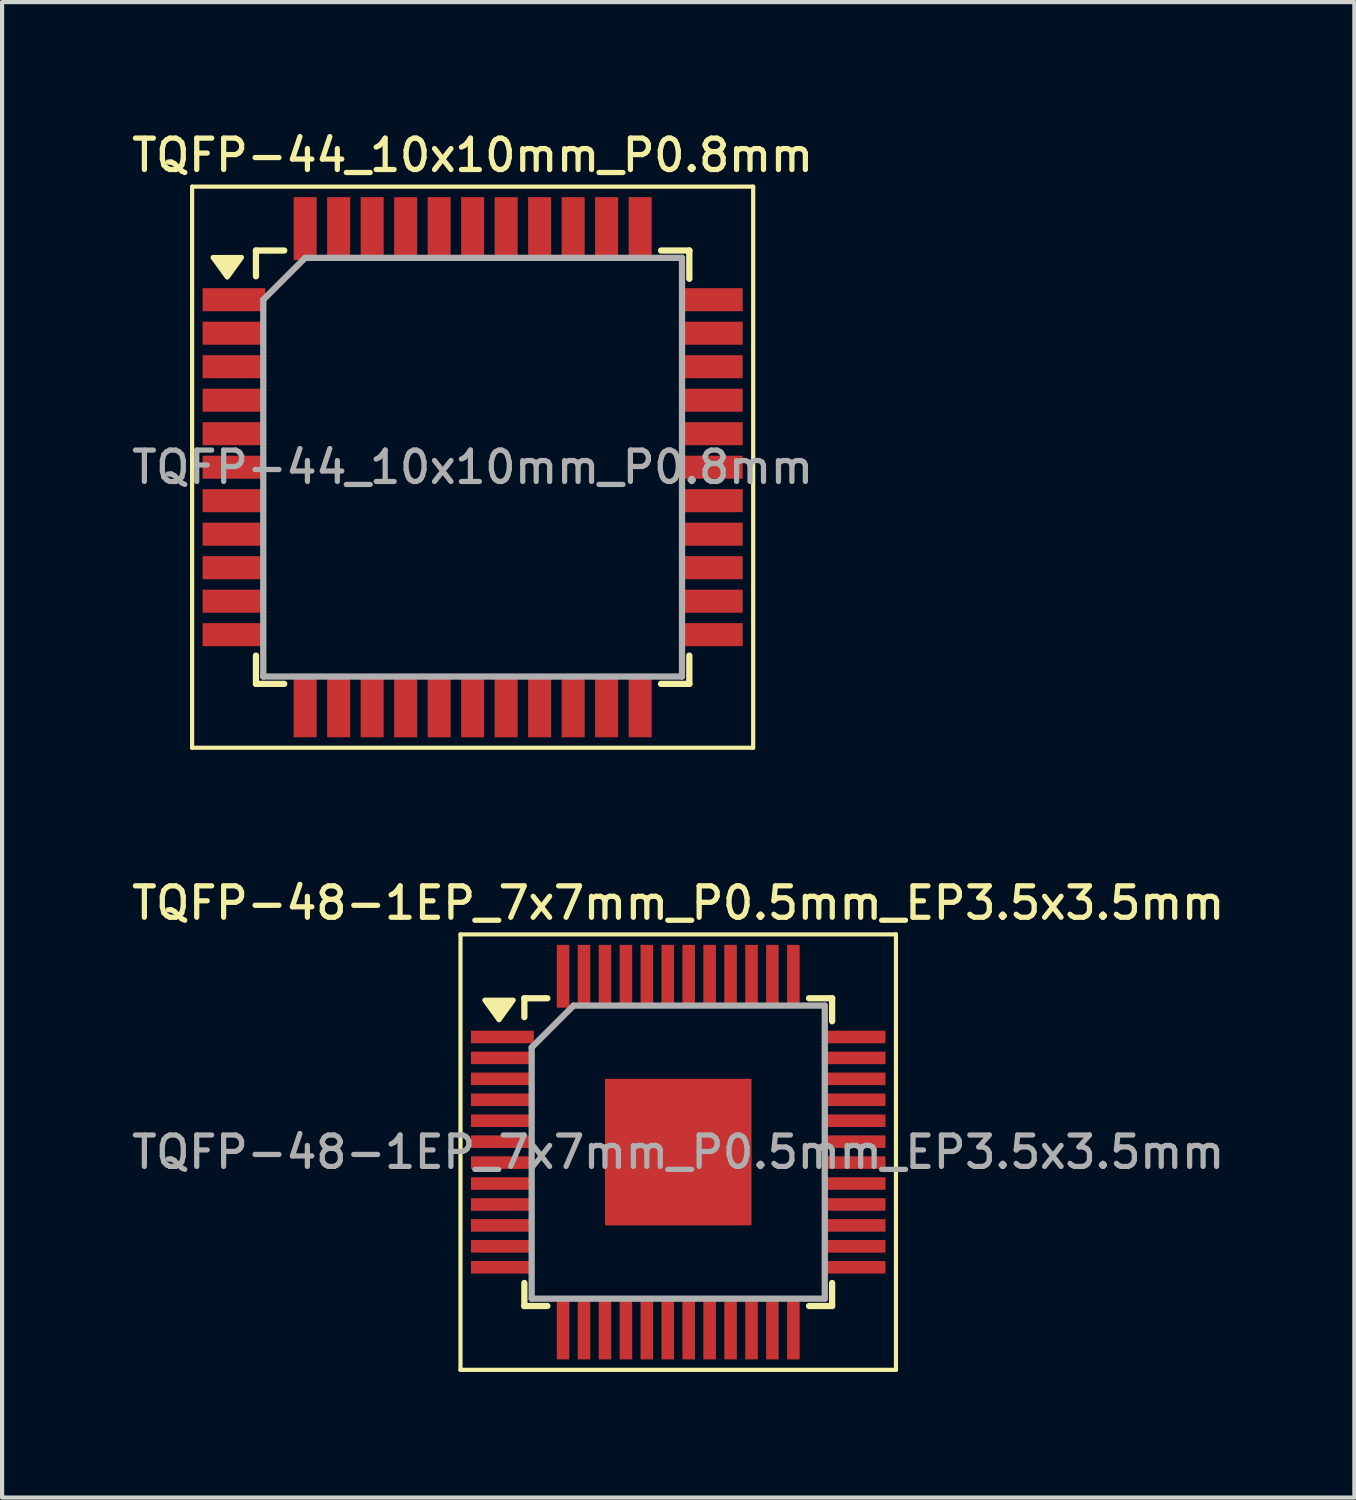
<source format=kicad_pcb>
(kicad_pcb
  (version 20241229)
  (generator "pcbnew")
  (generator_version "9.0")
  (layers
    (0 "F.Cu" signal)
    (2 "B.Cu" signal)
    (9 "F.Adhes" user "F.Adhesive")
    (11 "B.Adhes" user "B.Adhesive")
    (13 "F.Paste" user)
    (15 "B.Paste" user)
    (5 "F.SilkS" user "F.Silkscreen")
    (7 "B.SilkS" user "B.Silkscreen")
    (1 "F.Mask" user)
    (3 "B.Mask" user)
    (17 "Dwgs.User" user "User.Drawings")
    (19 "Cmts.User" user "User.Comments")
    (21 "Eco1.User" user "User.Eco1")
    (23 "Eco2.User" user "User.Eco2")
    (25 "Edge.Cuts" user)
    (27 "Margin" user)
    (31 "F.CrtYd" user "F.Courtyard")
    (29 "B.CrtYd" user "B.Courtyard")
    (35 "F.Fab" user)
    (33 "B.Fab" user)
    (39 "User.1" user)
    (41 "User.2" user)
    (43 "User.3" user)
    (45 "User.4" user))
  (footprint "TQFP-48-1EP_7x7mm_P0.5mm_EP3.5x3.5mm"
    (layer "F.Cu")
    (at 13.148 24.466)
    (property "Reference" "TQFP-48-1EP_7x7mm_P0.5mm_EP3.5x3.5mm" (at 0 -5.95 0) (layer "F.SilkS") (effects (font (size 0.75 0.75) (thickness 0.125))))
    (attr smd)
    (fp_line (start -5.2 -5.2) (end -5.2 5.2) (stroke (width 0.1) (type solid)) (layer "F.SilkS"))
    (fp_line (start -5.2 -5.2) (end 5.2 -5.2) (stroke (width 0.1) (type solid)) (layer "F.SilkS"))
    (fp_line (start -5.2 5.2) (end 5.2 5.2) (stroke (width 0.1) (type solid)) (layer "F.SilkS"))
    (fp_line (start -3.675 -3.675) (end -3.675 -3.225) (stroke (width 0.15) (type solid)) (layer "F.SilkS"))
    (fp_line (start -3.675 -3.675) (end -3.125 -3.675) (stroke (width 0.15) (type solid)) (layer "F.SilkS"))
    (fp_line (start -3.675 3.675) (end -3.675 3.125) (stroke (width 0.15) (type solid)) (layer "F.SilkS"))
    (fp_line (start -3.675 3.675) (end -3.125 3.675) (stroke (width 0.15) (type solid)) (layer "F.SilkS"))
    (fp_line (start 3.675 -3.675) (end 3.125 -3.675) (stroke (width 0.15) (type solid)) (layer "F.SilkS"))
    (fp_line (start 3.675 -3.675) (end 3.675 -3.125) (stroke (width 0.15) (type solid)) (layer "F.SilkS"))
    (fp_line (start 3.675 3.675) (end 3.125 3.675) (stroke (width 0.15) (type solid)) (layer "F.SilkS"))
    (fp_line (start 3.675 3.675) (end 3.675 3.125) (stroke (width 0.15) (type solid)) (layer "F.SilkS"))
    (fp_line (start 5.2 -5.2) (end 5.2 5.2) (stroke (width 0.1) (type solid)) (layer "F.SilkS"))
    (fp_poly (pts (xy -4.28 -3.16) (xy -4.62 -3.63) (xy -3.94 -3.63) (xy -4.28 -3.16)) (stroke (width 0.12) (type solid)) (fill yes) (layer "F.SilkS"))
    (fp_line (start -3.5 -2.5) (end -2.5 -3.5) (stroke (width 0.15) (type solid)) (layer "F.Fab"))
    (fp_line (start -3.5 3.5) (end -3.5 -2.5) (stroke (width 0.15) (type solid)) (layer "F.Fab"))
    (fp_line (start -2.5 -3.5) (end 3.5 -3.5) (stroke (width 0.15) (type solid)) (layer "F.Fab"))
    (fp_line (start 3.5 -3.5) (end 3.5 3.5) (stroke (width 0.15) (type solid)) (layer "F.Fab"))
    (fp_line (start 3.5 3.5) (end -3.5 3.5) (stroke (width 0.15) (type solid)) (layer "F.Fab"))
    (fp_text user "${REFERENCE}" (at 0 0 0) (layer "F.Fab") (effects (font (size 0.75 0.75) (thickness 0.125))))
    (pad "" smd rect (at -0.875 -0.875) (size 1.35 1.35) (layers "F.Paste"))
    (pad "" smd rect (at -0.875 0.875) (size 1.35 1.35) (layers "F.Paste"))
    (pad "" smd rect (at 0.875 -0.875) (size 1.35 1.35) (layers "F.Paste"))
    (pad "" smd rect (at 0.875 0.875) (size 1.35 1.35) (layers "F.Paste"))
    (pad "1" smd rect (at -4.2 -2.75) (size 1.5 0.3) (layers "F.Cu" "F.Mask" "F.Paste"))
    (pad "2" smd rect (at -4.2 -2.25) (size 1.5 0.3) (layers "F.Cu" "F.Mask" "F.Paste"))
    (pad "3" smd rect (at -4.2 -1.75) (size 1.5 0.3) (layers "F.Cu" "F.Mask" "F.Paste"))
    (pad "4" smd rect (at -4.2 -1.25) (size 1.5 0.3) (layers "F.Cu" "F.Mask" "F.Paste"))
    (pad "5" smd rect (at -4.2 -0.75) (size 1.5 0.3) (layers "F.Cu" "F.Mask" "F.Paste"))
    (pad "6" smd rect (at -4.2 -0.25) (size 1.5 0.3) (layers "F.Cu" "F.Mask" "F.Paste"))
    (pad "7" smd rect (at -4.2 0.25) (size 1.5 0.3) (layers "F.Cu" "F.Mask" "F.Paste"))
    (pad "8" smd rect (at -4.2 0.75) (size 1.5 0.3) (layers "F.Cu" "F.Mask" "F.Paste"))
    (pad "9" smd rect (at -4.2 1.25) (size 1.5 0.3) (layers "F.Cu" "F.Mask" "F.Paste"))
    (pad "10" smd rect (at -4.2 1.75) (size 1.5 0.3) (layers "F.Cu" "F.Mask" "F.Paste"))
    (pad "11" smd rect (at -4.2 2.25) (size 1.5 0.3) (layers "F.Cu" "F.Mask" "F.Paste"))
    (pad "12" smd rect (at -4.2 2.75) (size 1.5 0.3) (layers "F.Cu" "F.Mask" "F.Paste"))
    (pad "13" smd rect (at -2.75 4.2 90) (size 1.5 0.3) (layers "F.Cu" "F.Mask" "F.Paste"))
    (pad "14" smd rect (at -2.25 4.2 90) (size 1.5 0.3) (layers "F.Cu" "F.Mask" "F.Paste"))
    (pad "15" smd rect (at -1.75 4.2 90) (size 1.5 0.3) (layers "F.Cu" "F.Mask" "F.Paste"))
    (pad "16" smd rect (at -1.25 4.2 90) (size 1.5 0.3) (layers "F.Cu" "F.Mask" "F.Paste"))
    (pad "17" smd rect (at -0.75 4.2 90) (size 1.5 0.3) (layers "F.Cu" "F.Mask" "F.Paste"))
    (pad "18" smd rect (at -0.25 4.2 90) (size 1.5 0.3) (layers "F.Cu" "F.Mask" "F.Paste"))
    (pad "19" smd rect (at 0.25 4.2 90) (size 1.5 0.3) (layers "F.Cu" "F.Mask" "F.Paste"))
    (pad "20" smd rect (at 0.75 4.2 90) (size 1.5 0.3) (layers "F.Cu" "F.Mask" "F.Paste"))
    (pad "21" smd rect (at 1.25 4.2 90) (size 1.5 0.3) (layers "F.Cu" "F.Mask" "F.Paste"))
    (pad "22" smd rect (at 1.75 4.2 90) (size 1.5 0.3) (layers "F.Cu" "F.Mask" "F.Paste"))
    (pad "23" smd rect (at 2.25 4.2 90) (size 1.5 0.3) (layers "F.Cu" "F.Mask" "F.Paste"))
    (pad "24" smd rect (at 2.75 4.2 90) (size 1.5 0.3) (layers "F.Cu" "F.Mask" "F.Paste"))
    (pad "25" smd rect (at 4.2 2.75) (size 1.5 0.3) (layers "F.Cu" "F.Mask" "F.Paste"))
    (pad "26" smd rect (at 4.2 2.25) (size 1.5 0.3) (layers "F.Cu" "F.Mask" "F.Paste"))
    (pad "27" smd rect (at 4.2 1.75) (size 1.5 0.3) (layers "F.Cu" "F.Mask" "F.Paste"))
    (pad "28" smd rect (at 4.2 1.25) (size 1.5 0.3) (layers "F.Cu" "F.Mask" "F.Paste"))
    (pad "29" smd rect (at 4.2 0.75) (size 1.5 0.3) (layers "F.Cu" "F.Mask" "F.Paste"))
    (pad "30" smd rect (at 4.2 0.25) (size 1.5 0.3) (layers "F.Cu" "F.Mask" "F.Paste"))
    (pad "31" smd rect (at 4.2 -0.25) (size 1.5 0.3) (layers "F.Cu" "F.Mask" "F.Paste"))
    (pad "32" smd rect (at 4.2 -0.75) (size 1.5 0.3) (layers "F.Cu" "F.Mask" "F.Paste"))
    (pad "33" smd rect (at 4.2 -1.25) (size 1.5 0.3) (layers "F.Cu" "F.Mask" "F.Paste"))
    (pad "34" smd rect (at 4.2 -1.75) (size 1.5 0.3) (layers "F.Cu" "F.Mask" "F.Paste"))
    (pad "35" smd rect (at 4.2 -2.25) (size 1.5 0.3) (layers "F.Cu" "F.Mask" "F.Paste"))
    (pad "36" smd rect (at 4.2 -2.75) (size 1.5 0.3) (layers "F.Cu" "F.Mask" "F.Paste"))
    (pad "37" smd rect (at 2.75 -4.2 90) (size 1.5 0.3) (layers "F.Cu" "F.Mask" "F.Paste"))
    (pad "38" smd rect (at 2.25 -4.2 90) (size 1.5 0.3) (layers "F.Cu" "F.Mask" "F.Paste"))
    (pad "39" smd rect (at 1.75 -4.2 90) (size 1.5 0.3) (layers "F.Cu" "F.Mask" "F.Paste"))
    (pad "40" smd rect (at 1.25 -4.2 90) (size 1.5 0.3) (layers "F.Cu" "F.Mask" "F.Paste"))
    (pad "41" smd rect (at 0.75 -4.2 90) (size 1.5 0.3) (layers "F.Cu" "F.Mask" "F.Paste"))
    (pad "42" smd rect (at 0.25 -4.2 90) (size 1.5 0.3) (layers "F.Cu" "F.Mask" "F.Paste"))
    (pad "43" smd rect (at -0.25 -4.2 90) (size 1.5 0.3) (layers "F.Cu" "F.Mask" "F.Paste"))
    (pad "44" smd rect (at -0.75 -4.2 90) (size 1.5 0.3) (layers "F.Cu" "F.Mask" "F.Paste"))
    (pad "45" smd rect (at -1.25 -4.2 90) (size 1.5 0.3) (layers "F.Cu" "F.Mask" "F.Paste"))
    (pad "46" smd rect (at -1.75 -4.2 90) (size 1.5 0.3) (layers "F.Cu" "F.Mask" "F.Paste"))
    (pad "47" smd rect (at -2.25 -4.2 90) (size 1.5 0.3) (layers "F.Cu" "F.Mask" "F.Paste"))
    (pad "48" smd rect (at -2.75 -4.2 90) (size 1.5 0.3) (layers "F.Cu" "F.Mask" "F.Paste"))
    (pad "49" smd rect (at 0 0) (size 3.5 3.5) (layers "F.Cu" "F.Mask")))
  (footprint "TQFP-44_10x10mm_P0.8mm"
    (layer "F.Cu")
    (at 8.238 8.108)
    (property "Reference" "TQFP-44_10x10mm_P0.8mm" (at 0 -7.45 0) (layer "F.SilkS") (effects (font (size 0.75 0.75) (thickness 0.125))))
    (attr smd)
    (fp_line (start -6.7 -6.7) (end -6.7 6.7) (stroke (width 0.1) (type solid)) (layer "F.SilkS"))
    (fp_line (start -6.7 -6.7) (end 6.7 -6.7) (stroke (width 0.1) (type solid)) (layer "F.SilkS"))
    (fp_line (start -6.7 6.7) (end 6.7 6.7) (stroke (width 0.1) (type solid)) (layer "F.SilkS"))
    (fp_line (start -5.175 -5.175) (end -5.175 -4.56) (stroke (width 0.15) (type solid)) (layer "F.SilkS"))
    (fp_line (start -5.175 -5.175) (end -4.5 -5.175) (stroke (width 0.15) (type solid)) (layer "F.SilkS"))
    (fp_line (start -5.175 5.175) (end -5.175 4.5) (stroke (width 0.15) (type solid)) (layer "F.SilkS"))
    (fp_line (start -5.175 5.175) (end -4.5 5.175) (stroke (width 0.15) (type solid)) (layer "F.SilkS"))
    (fp_line (start 5.175 -5.175) (end 4.5 -5.175) (stroke (width 0.15) (type solid)) (layer "F.SilkS"))
    (fp_line (start 5.175 -5.175) (end 5.175 -4.5) (stroke (width 0.15) (type solid)) (layer "F.SilkS"))
    (fp_line (start 5.175 5.175) (end 4.5 5.175) (stroke (width 0.15) (type solid)) (layer "F.SilkS"))
    (fp_line (start 5.175 5.175) (end 5.175 4.5) (stroke (width 0.15) (type solid)) (layer "F.SilkS"))
    (fp_line (start 6.7 -6.7) (end 6.7 6.7) (stroke (width 0.1) (type solid)) (layer "F.SilkS"))
    (fp_poly (pts (xy -5.86 -4.54) (xy -6.2 -5.01) (xy -5.52 -5.01) (xy -5.86 -4.54)) (stroke (width 0.12) (type solid)) (fill yes) (layer "F.SilkS"))
    (fp_line (start -5 -4) (end -4 -5) (stroke (width 0.15) (type solid)) (layer "F.Fab"))
    (fp_line (start -5 5) (end -5 -4) (stroke (width 0.15) (type solid)) (layer "F.Fab"))
    (fp_line (start -4 -5) (end 5 -5) (stroke (width 0.15) (type solid)) (layer "F.Fab"))
    (fp_line (start 5 -5) (end 5 5) (stroke (width 0.15) (type solid)) (layer "F.Fab"))
    (fp_line (start 5 5) (end -5 5) (stroke (width 0.15) (type solid)) (layer "F.Fab"))
    (fp_text user "${REFERENCE}" (at 0 0 0) (layer "F.Fab") (effects (font (size 0.75 0.75) (thickness 0.125))))
    (pad "1" smd rect (at -5.7 -4) (size 1.5 0.55) (layers "F.Cu" "F.Mask" "F.Paste"))
    (pad "2" smd rect (at -5.7 -3.2) (size 1.5 0.55) (layers "F.Cu" "F.Mask" "F.Paste"))
    (pad "3" smd rect (at -5.7 -2.4) (size 1.5 0.55) (layers "F.Cu" "F.Mask" "F.Paste"))
    (pad "4" smd rect (at -5.7 -1.6) (size 1.5 0.55) (layers "F.Cu" "F.Mask" "F.Paste"))
    (pad "5" smd rect (at -5.7 -0.8) (size 1.5 0.55) (layers "F.Cu" "F.Mask" "F.Paste"))
    (pad "6" smd rect (at -5.7 0) (size 1.5 0.55) (layers "F.Cu" "F.Mask" "F.Paste"))
    (pad "7" smd rect (at -5.7 0.8) (size 1.5 0.55) (layers "F.Cu" "F.Mask" "F.Paste"))
    (pad "8" smd rect (at -5.7 1.6) (size 1.5 0.55) (layers "F.Cu" "F.Mask" "F.Paste"))
    (pad "9" smd rect (at -5.7 2.4) (size 1.5 0.55) (layers "F.Cu" "F.Mask" "F.Paste"))
    (pad "10" smd rect (at -5.7 3.2) (size 1.5 0.55) (layers "F.Cu" "F.Mask" "F.Paste"))
    (pad "11" smd rect (at -5.7 4) (size 1.5 0.55) (layers "F.Cu" "F.Mask" "F.Paste"))
    (pad "12" smd rect (at -4 5.7 90) (size 1.5 0.55) (layers "F.Cu" "F.Mask" "F.Paste"))
    (pad "13" smd rect (at -3.2 5.7 90) (size 1.5 0.55) (layers "F.Cu" "F.Mask" "F.Paste"))
    (pad "14" smd rect (at -2.4 5.7 90) (size 1.5 0.55) (layers "F.Cu" "F.Mask" "F.Paste"))
    (pad "15" smd rect (at -1.6 5.7 90) (size 1.5 0.55) (layers "F.Cu" "F.Mask" "F.Paste"))
    (pad "16" smd rect (at -0.8 5.7 90) (size 1.5 0.55) (layers "F.Cu" "F.Mask" "F.Paste"))
    (pad "17" smd rect (at 0 5.7 90) (size 1.5 0.55) (layers "F.Cu" "F.Mask" "F.Paste"))
    (pad "18" smd rect (at 0.8 5.7 90) (size 1.5 0.55) (layers "F.Cu" "F.Mask" "F.Paste"))
    (pad "19" smd rect (at 1.6 5.7 90) (size 1.5 0.55) (layers "F.Cu" "F.Mask" "F.Paste"))
    (pad "20" smd rect (at 2.4 5.7 90) (size 1.5 0.55) (layers "F.Cu" "F.Mask" "F.Paste"))
    (pad "21" smd rect (at 3.2 5.7 90) (size 1.5 0.55) (layers "F.Cu" "F.Mask" "F.Paste"))
    (pad "22" smd rect (at 4 5.7 90) (size 1.5 0.55) (layers "F.Cu" "F.Mask" "F.Paste"))
    (pad "23" smd rect (at 5.7 4) (size 1.5 0.55) (layers "F.Cu" "F.Mask" "F.Paste"))
    (pad "24" smd rect (at 5.7 3.2) (size 1.5 0.55) (layers "F.Cu" "F.Mask" "F.Paste"))
    (pad "25" smd rect (at 5.7 2.4) (size 1.5 0.55) (layers "F.Cu" "F.Mask" "F.Paste"))
    (pad "26" smd rect (at 5.7 1.6) (size 1.5 0.55) (layers "F.Cu" "F.Mask" "F.Paste"))
    (pad "27" smd rect (at 5.7 0.8) (size 1.5 0.55) (layers "F.Cu" "F.Mask" "F.Paste"))
    (pad "28" smd rect (at 5.7 0) (size 1.5 0.55) (layers "F.Cu" "F.Mask" "F.Paste"))
    (pad "29" smd rect (at 5.7 -0.8) (size 1.5 0.55) (layers "F.Cu" "F.Mask" "F.Paste"))
    (pad "30" smd rect (at 5.7 -1.6) (size 1.5 0.55) (layers "F.Cu" "F.Mask" "F.Paste"))
    (pad "31" smd rect (at 5.7 -2.4) (size 1.5 0.55) (layers "F.Cu" "F.Mask" "F.Paste"))
    (pad "32" smd rect (at 5.7 -3.2) (size 1.5 0.55) (layers "F.Cu" "F.Mask" "F.Paste"))
    (pad "33" smd rect (at 5.7 -4) (size 1.5 0.55) (layers "F.Cu" "F.Mask" "F.Paste"))
    (pad "34" smd rect (at 4 -5.7 90) (size 1.5 0.55) (layers "F.Cu" "F.Mask" "F.Paste"))
    (pad "35" smd rect (at 3.2 -5.7 90) (size 1.5 0.55) (layers "F.Cu" "F.Mask" "F.Paste"))
    (pad "36" smd rect (at 2.4 -5.7 90) (size 1.5 0.55) (layers "F.Cu" "F.Mask" "F.Paste"))
    (pad "37" smd rect (at 1.6 -5.7 90) (size 1.5 0.55) (layers "F.Cu" "F.Mask" "F.Paste"))
    (pad "38" smd rect (at 0.8 -5.7 90) (size 1.5 0.55) (layers "F.Cu" "F.Mask" "F.Paste"))
    (pad "39" smd rect (at 0 -5.7 90) (size 1.5 0.55) (layers "F.Cu" "F.Mask" "F.Paste"))
    (pad "40" smd rect (at -0.8 -5.7 90) (size 1.5 0.55) (layers "F.Cu" "F.Mask" "F.Paste"))
    (pad "41" smd rect (at -1.6 -5.7 90) (size 1.5 0.55) (layers "F.Cu" "F.Mask" "F.Paste"))
    (pad "42" smd rect (at -2.4 -5.7 90) (size 1.5 0.55) (layers "F.Cu" "F.Mask" "F.Paste"))
    (pad "43" smd rect (at -3.2 -5.7 90) (size 1.5 0.55) (layers "F.Cu" "F.Mask" "F.Paste"))
    (pad "44" smd rect (at -4 -5.7 90) (size 1.5 0.55) (layers "F.Cu" "F.Mask" "F.Paste")))
  (gr_rect
    (start -3 -3)
    (end 29.296 32.716)
    (stroke (width 0.1) (type default))
    (fill no)
    (layer "Edge.Cuts")))
</source>
